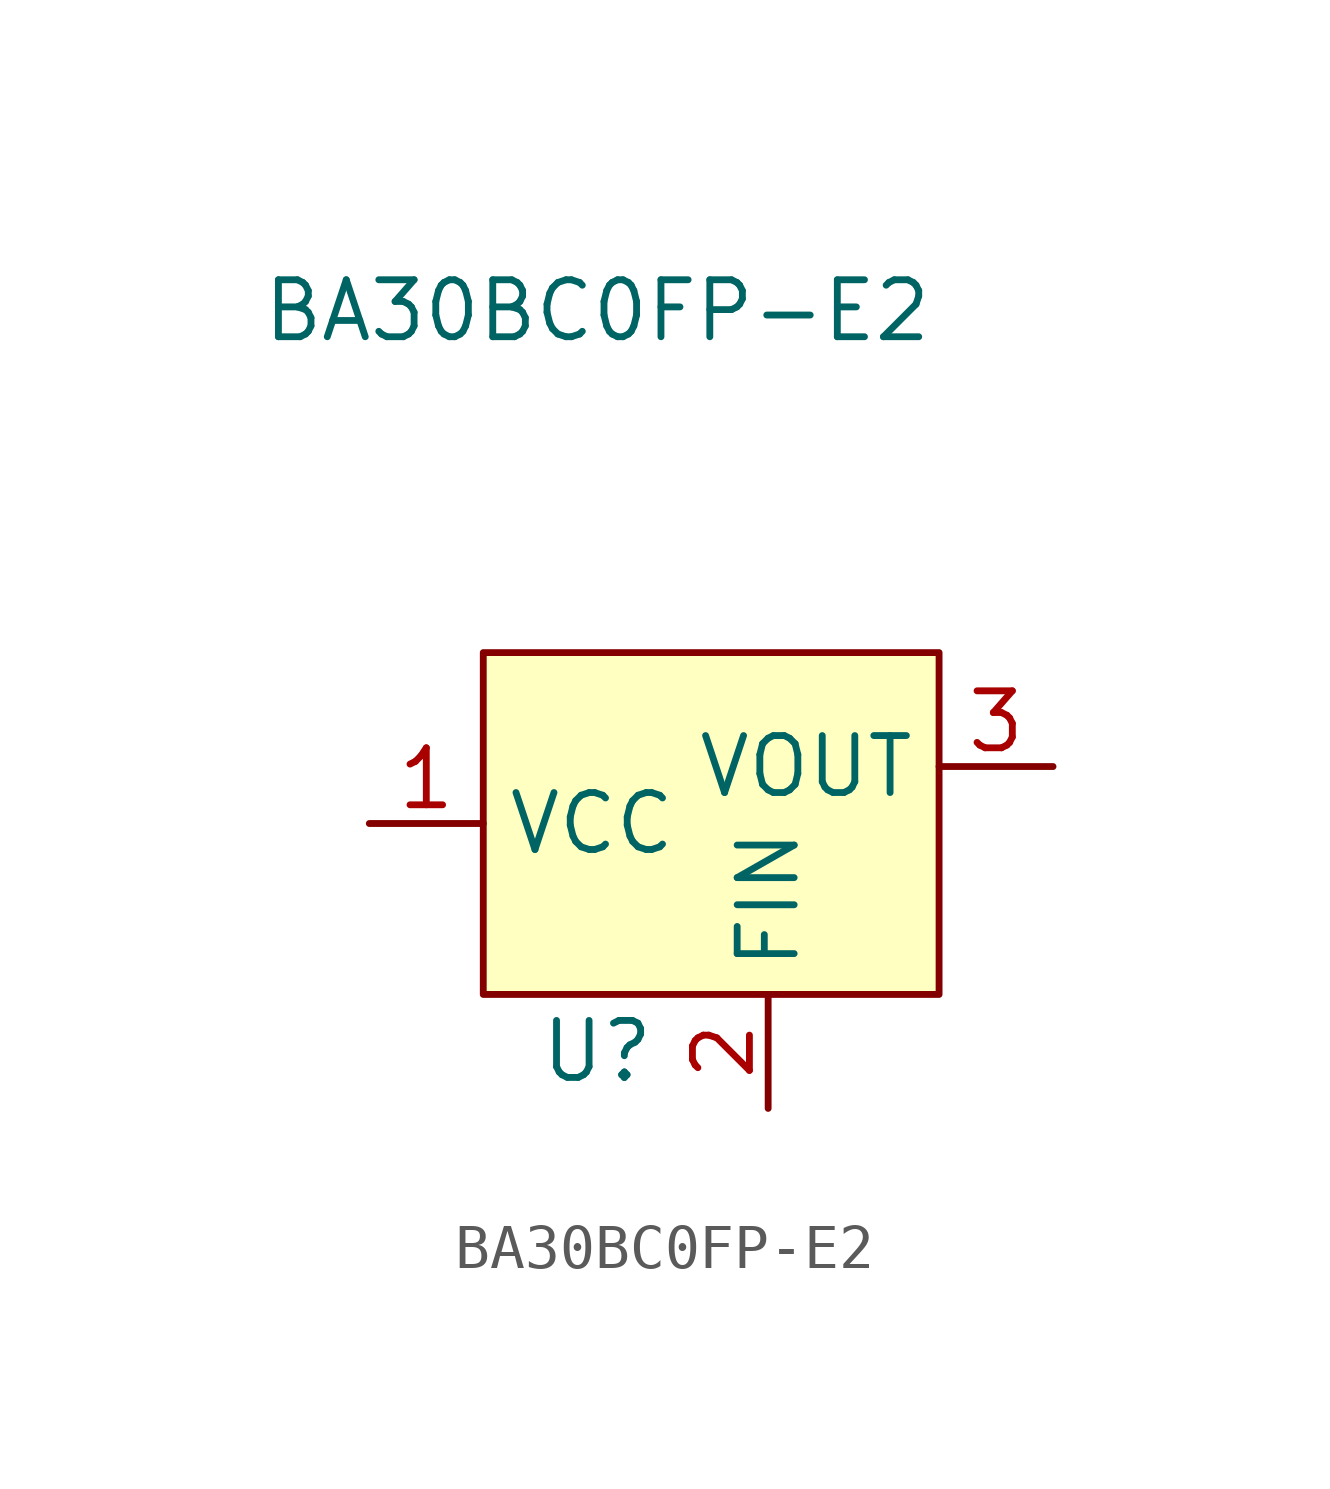
<source format=kicad_sym>
(kicad_symbol_lib
  (version 20211014)
  (generator kicad_symbol_editor)
  (symbol "BA30BC0FP-E2"
    (property "Reference" "U"
      (at 0 -6.35 0)
      (effects (font (size 1.27 1.27))))
    (property "Value" "BA30BC0FP-E2"
      (at 0 10.16 0)
      (effects (font (size 1.27 1.27))))
    (symbol "BA30BC0FP-E2_0_1"
      (rectangle (start -2.54 2.54) (end 7.62 -5.08) (stroke (width 0) (type default) (color 0 0 0 0)) (fill (type background))))
    (symbol "BA30BC0FP-E2_1_1"
      (pin power_in line (at -5.08 -1.27 0) (length 2.54) (name "VCC" (effects (font (size 1.27 1.27)))) (number "1" (effects (font (size 1.27 1.27)))))
      (pin power_in line (at 3.81 -7.62 90) (length 2.54) (name "FIN" (effects (font (size 1.27 1.27)))) (number "2" (effects (font (size 1.27 1.27)))))
      (pin power_in line (at 10.16 0 180) (length 2.54) (name "VOUT" (effects (font (size 1.27 1.27)))) (number "3" (effects (font (size 1.27 1.27))))))))
</source>
